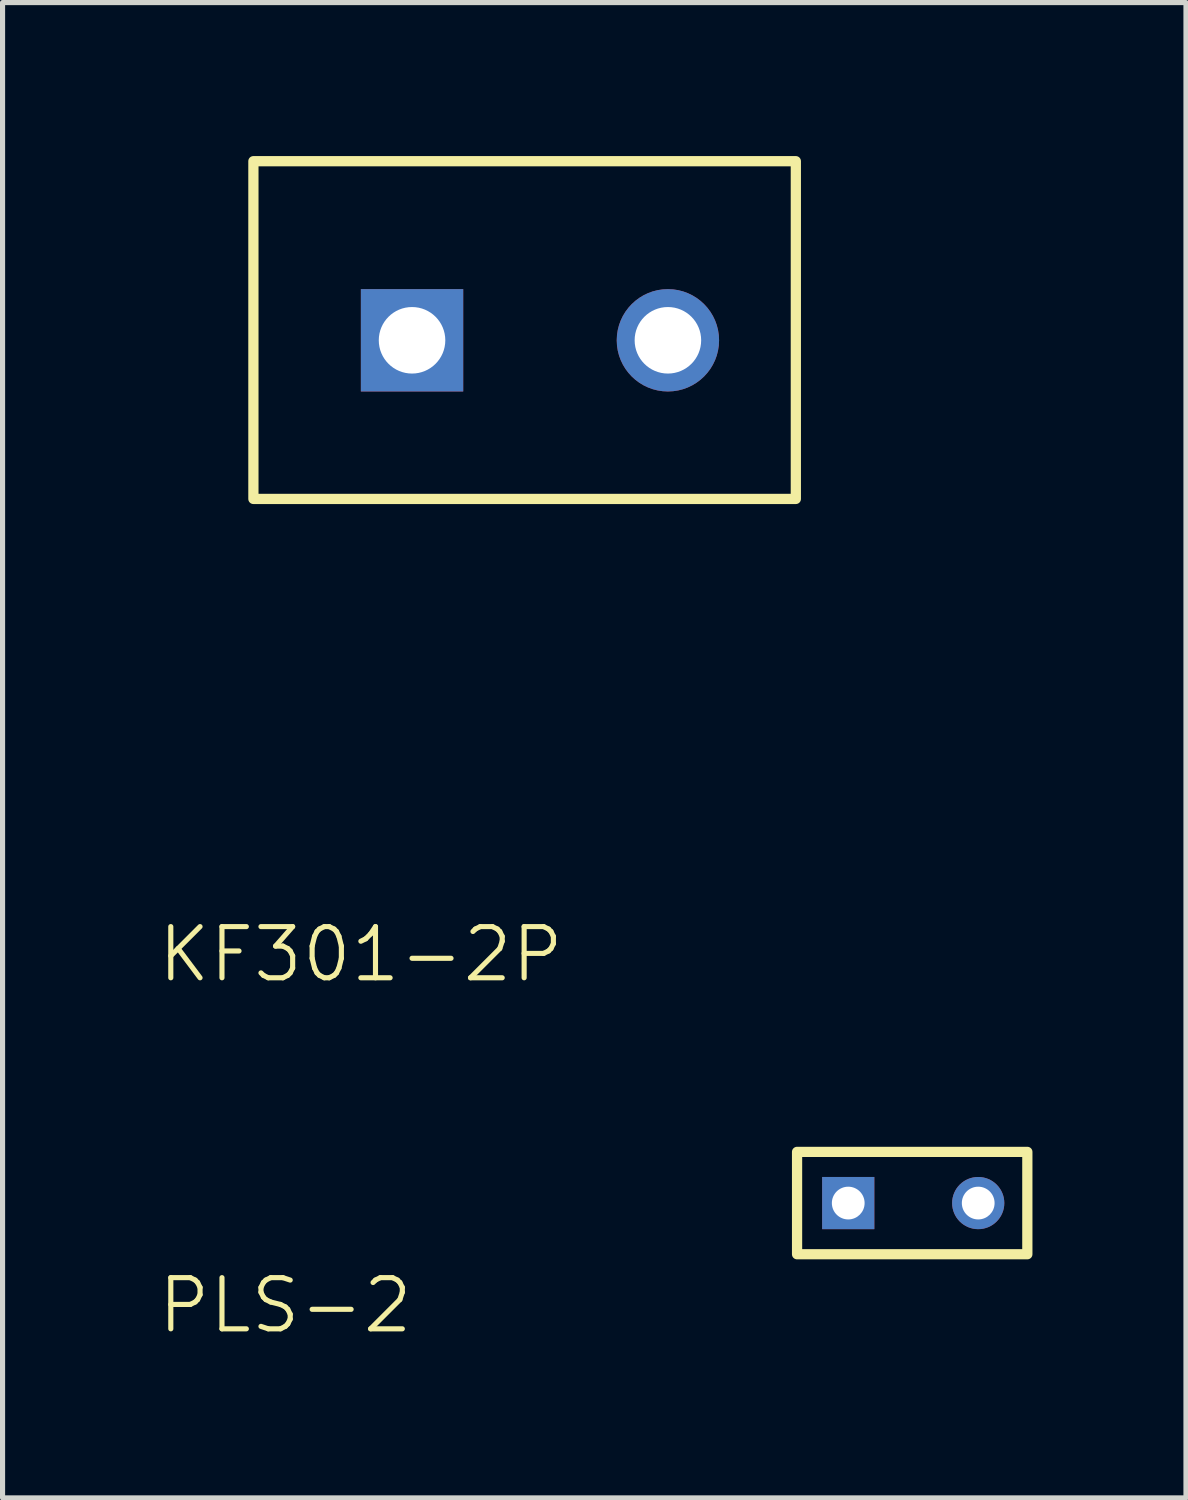
<source format=kicad_pcb>
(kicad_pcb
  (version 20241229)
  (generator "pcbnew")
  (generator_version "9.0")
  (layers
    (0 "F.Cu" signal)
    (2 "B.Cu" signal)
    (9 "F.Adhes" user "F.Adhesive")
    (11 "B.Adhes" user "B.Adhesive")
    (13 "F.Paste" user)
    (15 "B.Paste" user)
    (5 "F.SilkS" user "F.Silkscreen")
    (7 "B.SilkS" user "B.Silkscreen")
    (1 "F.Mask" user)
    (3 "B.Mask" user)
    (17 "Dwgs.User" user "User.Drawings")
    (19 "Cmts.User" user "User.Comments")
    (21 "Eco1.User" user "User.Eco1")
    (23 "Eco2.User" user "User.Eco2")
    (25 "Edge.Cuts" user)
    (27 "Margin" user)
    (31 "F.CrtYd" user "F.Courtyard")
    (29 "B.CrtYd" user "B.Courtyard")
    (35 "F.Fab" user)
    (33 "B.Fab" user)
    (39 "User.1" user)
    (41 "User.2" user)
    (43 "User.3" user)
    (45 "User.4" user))
  (footprint "KF301-2P"
    (layer "F.Cu")
    (at 5.002 3.6)
    (property "Reference" "KF301-2P" (at -1 12 0) (unlocked yes) (layer "F.SilkS") (effects (font (size 1 1) (thickness 0.1))))
    (attr through_hole)
    (fp_rect (start -3.1 -3.5) (end 7.5 3.1) (stroke (width 0.2) (type default)) (fill no) (layer "F.SilkS"))
    (pad "1" thru_hole rect (at 0 0) (size 2 2) (drill 1.3) (layers "*.Cu" "*.Mask"))
    (pad "2" thru_hole circle (at 5 0) (size 2 2) (drill 1.3) (layers "*.Cu" "*.Mask")))
  (footprint "PLS-2"
    (layer "F.Cu")
    (at 13.526 20.46)
    (property "Reference" "PLS-2" (at -11 2 0) (unlocked yes) (layer "F.SilkS") (effects (font (size 1 1) (thickness 0.1))))
    (attr through_hole)
    (fp_rect (start -1 -1) (end 3.5 1) (stroke (width 0.2) (type default)) (fill no) (layer "F.SilkS"))
    (pad "1" thru_hole rect (at 0 0) (size 1.02 1.02) (drill 0.64) (layers "*.Cu" "*.Mask"))
    (pad "2" thru_hole circle (at 2.54 0) (size 1.02 1.02) (drill 0.64) (layers "*.Cu" "*.Mask")))
  (gr_rect
    (start -3 -3)
    (end 20.126 26.221)
    (stroke (width 0.1) (type default))
    (fill no)
    (layer "Edge.Cuts")))
</source>
